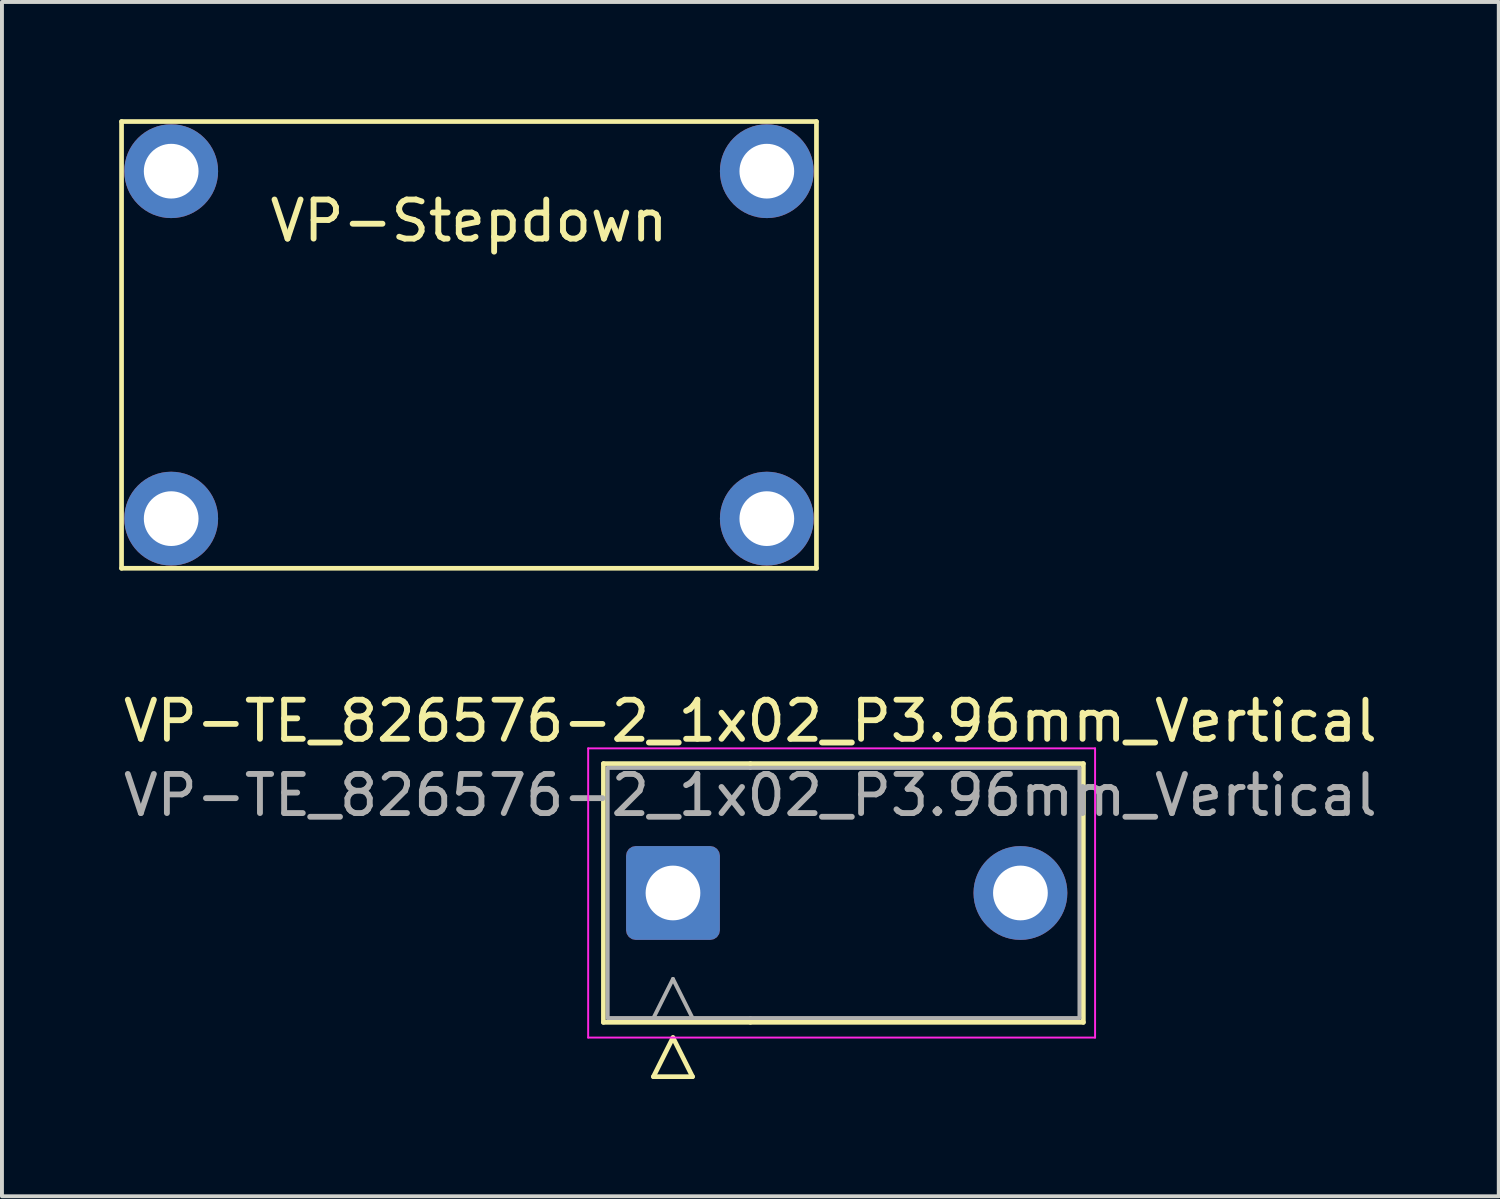
<source format=kicad_pcb>
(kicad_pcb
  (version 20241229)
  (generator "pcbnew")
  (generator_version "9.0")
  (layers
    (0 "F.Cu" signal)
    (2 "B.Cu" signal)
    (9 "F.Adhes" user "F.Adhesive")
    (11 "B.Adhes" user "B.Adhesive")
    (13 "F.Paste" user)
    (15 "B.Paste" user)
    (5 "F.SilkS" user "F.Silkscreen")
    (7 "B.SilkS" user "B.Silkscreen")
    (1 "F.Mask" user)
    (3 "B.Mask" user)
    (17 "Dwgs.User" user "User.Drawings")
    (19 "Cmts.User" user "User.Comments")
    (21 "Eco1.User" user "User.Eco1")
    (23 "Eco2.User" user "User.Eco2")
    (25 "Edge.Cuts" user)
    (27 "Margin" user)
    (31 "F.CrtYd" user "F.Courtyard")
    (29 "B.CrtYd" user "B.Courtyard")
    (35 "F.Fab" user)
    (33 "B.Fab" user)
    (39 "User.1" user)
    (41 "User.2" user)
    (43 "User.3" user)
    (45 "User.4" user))
  (footprint "VP-Stepdown"
    (layer "F.Cu")
    (at 5.14 6.41)
    (property "Reference" "VP-Stepdown" (at 3.81 -3.81 0) (layer "F.SilkS") (effects (font (size 1 1) (thickness 0.15))))
    (attr through_hole)
    (fp_line (start -5.08 -6.35) (end -5.08 5.08) (stroke (width 0.12) (type solid)) (layer "F.SilkS"))
    (fp_line (start -5.08 5.08) (end 12.7 5.08) (stroke (width 0.12) (type solid)) (layer "F.SilkS"))
    (fp_line (start 12.7 -6.35) (end -5.08 -6.35) (stroke (width 0.12) (type solid)) (layer "F.SilkS"))
    (fp_line (start 12.7 5.08) (end 12.7 -6.35) (stroke (width 0.12) (type solid)) (layer "F.SilkS"))
    (pad "1" thru_hole circle (at 11.43 3.81) (size 2.4 2.4) (drill 1.4) (layers "*.Cu" "*.Mask"))
    (pad "2" thru_hole circle (at 11.43 -5.08) (size 2.4 2.4) (drill 1.4) (layers "*.Cu" "*.Mask"))
    (pad "3" thru_hole circle (at -3.81 -5.08) (size 2.4 2.4) (drill 1.4) (layers "*.Cu" "*.Mask"))
    (pad "4" thru_hole circle (at -3.81 3.81) (size 2.4 2.4) (drill 1.4) (layers "*.Cu" "F.Mask")))
  (footprint "VP-TE_826576-2_1x02_P3.96mm_Vertical"
    (layer "F.Cu")
    (at 14.169 19.798)
    (property "Reference" "VP-TE_826576-2_1x02_P3.96mm_Vertical" (at 1.98 -4.4 0) (layer "F.SilkS") (effects (font (size 1 1) (thickness 0.15))))
    (attr through_hole)
    (fp_line (start -1.78 -3.31) (end -1.78 3.31) (stroke (width 0.12) (type solid)) (layer "F.SilkS"))
    (fp_line (start -1.78 3.31) (end 1.98 3.31) (stroke (width 0.12) (type solid)) (layer "F.SilkS"))
    (fp_line (start -0.5 4.7) (end 0 3.7) (stroke (width 0.12) (type solid)) (layer "F.SilkS"))
    (fp_line (start 0 3.7) (end 0.5 4.7) (stroke (width 0.12) (type solid)) (layer "F.SilkS"))
    (fp_line (start 0.5 4.7) (end -0.5 4.7) (stroke (width 0.12) (type solid)) (layer "F.SilkS"))
    (fp_line (start 1.98 -3.31) (end -1.78 -3.31) (stroke (width 0.12) (type solid)) (layer "F.SilkS"))
    (fp_line (start 1.98 -3.31) (end 10.5 -3.31) (stroke (width 0.12) (type solid)) (layer "F.SilkS"))
    (fp_line (start 10.5 -3.31) (end 10.5 3.31) (stroke (width 0.12) (type solid)) (layer "F.SilkS"))
    (fp_line (start 10.5 3.31) (end 1.98 3.31) (stroke (width 0.12) (type solid)) (layer "F.SilkS"))
    (fp_line (start -2.17 -3.7) (end -2.17 3.7) (stroke (width 0.05) (type solid)) (layer "F.CrtYd"))
    (fp_line (start -2.17 3.7) (end 10.8 3.7) (stroke (width 0.05) (type solid)) (layer "F.CrtYd"))
    (fp_line (start 10.8 -3.7) (end -2.17 -3.7) (stroke (width 0.05) (type solid)) (layer "F.CrtYd"))
    (fp_line (start 10.8 3.7) (end 10.8 -3.7) (stroke (width 0.05) (type solid)) (layer "F.CrtYd"))
    (fp_line (start -1.67 -3.2) (end -1.67 3.2) (stroke (width 0.1) (type solid)) (layer "F.Fab"))
    (fp_line (start -1.67 3.2) (end 1.98 3.2) (stroke (width 0.1) (type solid)) (layer "F.Fab"))
    (fp_line (start -0.5 3.2) (end 0 2.2) (stroke (width 0.1) (type solid)) (layer "F.Fab"))
    (fp_line (start 0 2.2) (end 0.5 3.2) (stroke (width 0.1) (type solid)) (layer "F.Fab"))
    (fp_line (start 1.98 -3.2) (end -1.67 -3.2) (stroke (width 0.1) (type solid)) (layer "F.Fab"))
    (fp_line (start 1.98 -3.2) (end 10.4 -3.2) (stroke (width 0.1) (type solid)) (layer "F.Fab"))
    (fp_line (start 10.4 -3.2) (end 10.4 3.2) (stroke (width 0.1) (type solid)) (layer "F.Fab"))
    (fp_line (start 10.4 3.2) (end 1.98 3.2) (stroke (width 0.1) (type solid)) (layer "F.Fab"))
    (fp_text user "${REFERENCE}" (at 1.98 -2.5 0) (layer "F.Fab") (effects (font (size 1 1) (thickness 0.15))))
    (pad "1" thru_hole roundrect (at 0 0) (size 2.4 2.4) (drill 1.4) (layers "*.Cu" "*.Mask") (roundrect_rratio 0.104))
    (pad "2" thru_hole circle (at 8.89 0) (size 2.4 2.4) (drill 1.4) (layers "*.Cu" "*.Mask")))
  (gr_rect
    (start -3 -3)
    (end 35.298 27.558)
    (stroke (width 0.1) (type default))
    (fill no)
    (layer "Edge.Cuts")))
</source>
